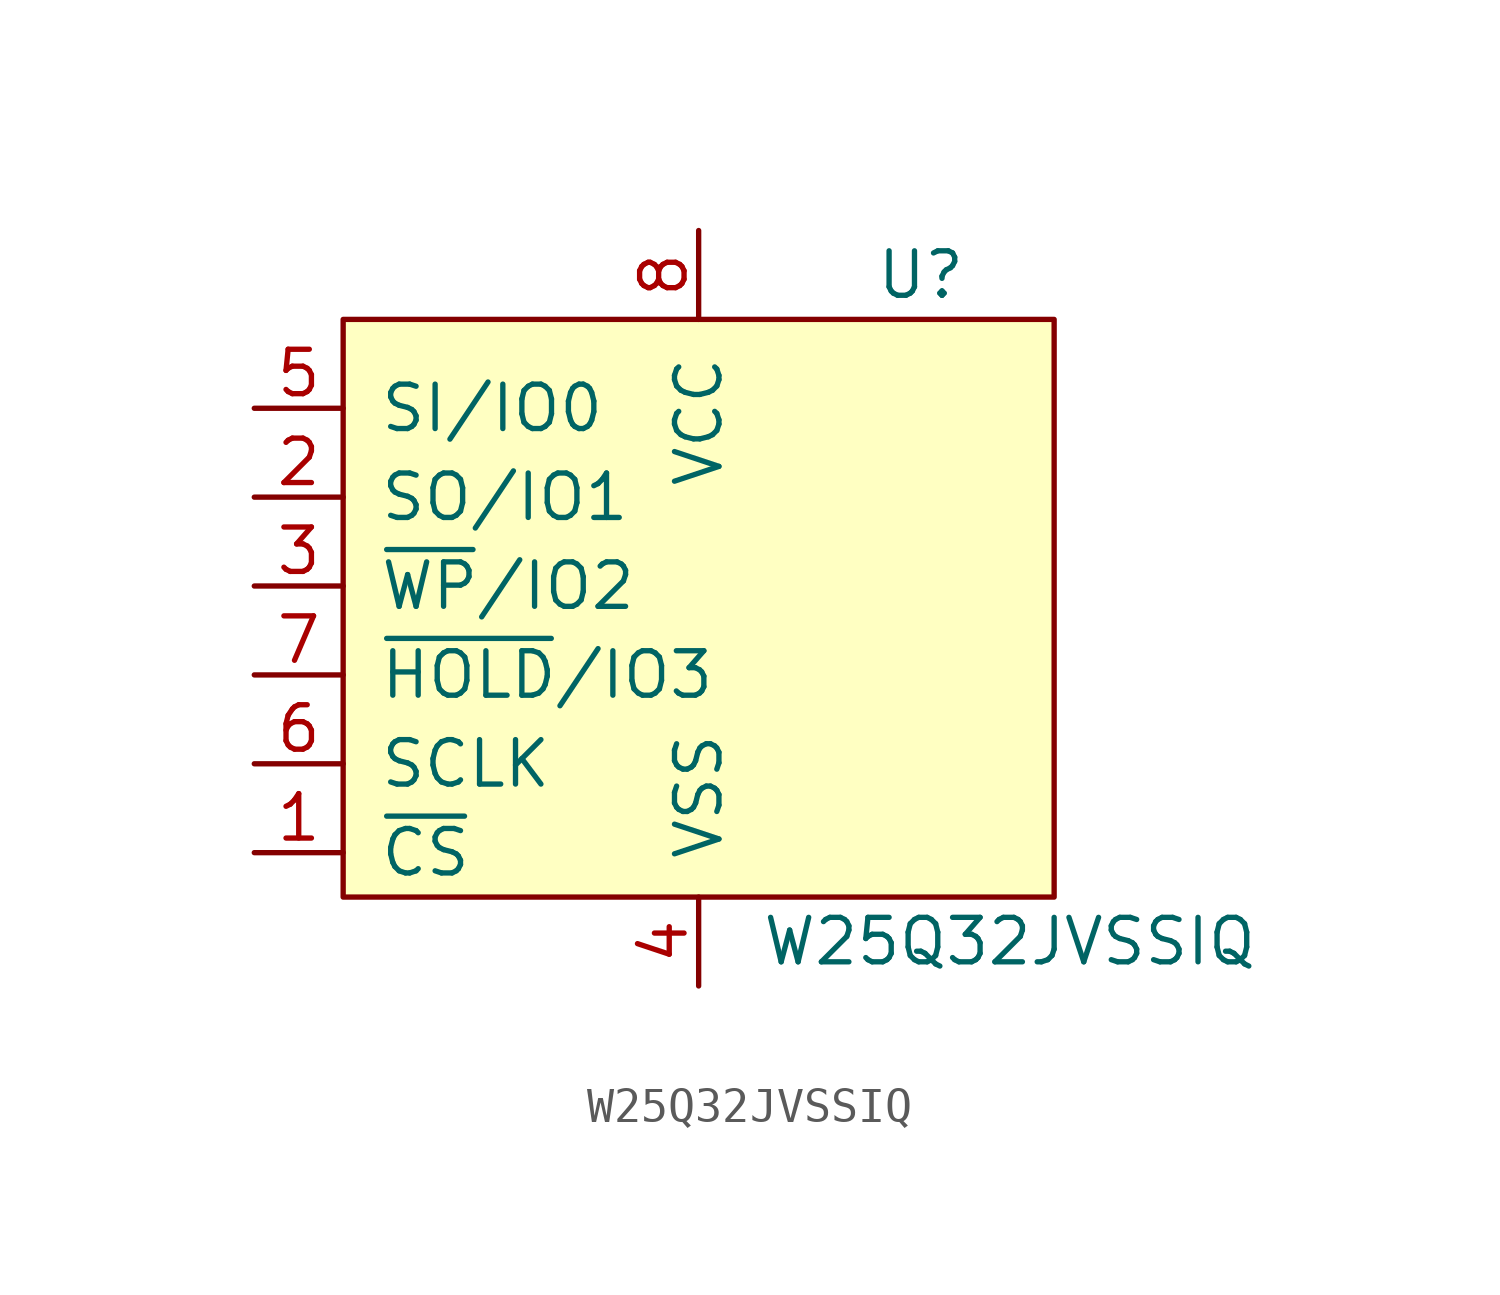
<source format=kicad_sym>
(kicad_symbol_lib
  (version 20211014)
  (generator kicad_symbol_editor)
  (symbol "W25Q32JVSSIQ"
    (pin_names
      (offset 1.016))
    (property "Reference" "U"
      (at 6.35 7.62 0)
      (effects (font (size 1.27 1.27))))
    (property "Value" "W25Q32JVSSIQ"
      (at 8.89 -11.43 0)
      (effects (font (size 1.27 1.27))))
    (symbol "W25Q32JVSSIQ_0_1"
      (rectangle (start -10.16 6.35) (end 10.16 -10.16) (stroke (width 0) (type default) (color 0 0 0 0)) (fill (type background))))
    (symbol "W25Q32JVSSIQ_1_1"
      (pin input line (at -12.7 -8.89 0) (length 2.54) (name "~{CS}" (effects (font (size 1.27 1.27)))) (number "1" (effects (font (size 1.27 1.27)))))
      (pin input line (at -12.7 1.27 0) (length 2.54) (name "SO/IO1" (effects (font (size 1.27 1.27)))) (number "2" (effects (font (size 1.27 1.27)))))
      (pin input line (at -12.7 -1.27 0) (length 2.54) (name "~{WP}/IO2" (effects (font (size 1.27 1.27)))) (number "3" (effects (font (size 1.27 1.27)))))
      (pin power_in line (at 0 -12.7 90) (length 2.54) (name "VSS" (effects (font (size 1.27 1.27)))) (number "4" (effects (font (size 1.27 1.27)))))
      (pin input line (at -12.7 3.81 0) (length 2.54) (name "SI/IO0" (effects (font (size 1.27 1.27)))) (number "5" (effects (font (size 1.27 1.27)))))
      (pin input line (at -12.7 -6.35 0) (length 2.54) (name "SCLK" (effects (font (size 1.27 1.27)))) (number "6" (effects (font (size 1.27 1.27)))))
      (pin input line (at -12.7 -3.81 0) (length 2.54) (name "~{HOLD}/IO3" (effects (font (size 1.27 1.27)))) (number "7" (effects (font (size 1.27 1.27)))))
      (pin power_in line (at 0 8.89 270) (length 2.54) (name "VCC" (effects (font (size 1.27 1.27)))) (number "8" (effects (font (size 1.27 1.27))))))))
</source>
